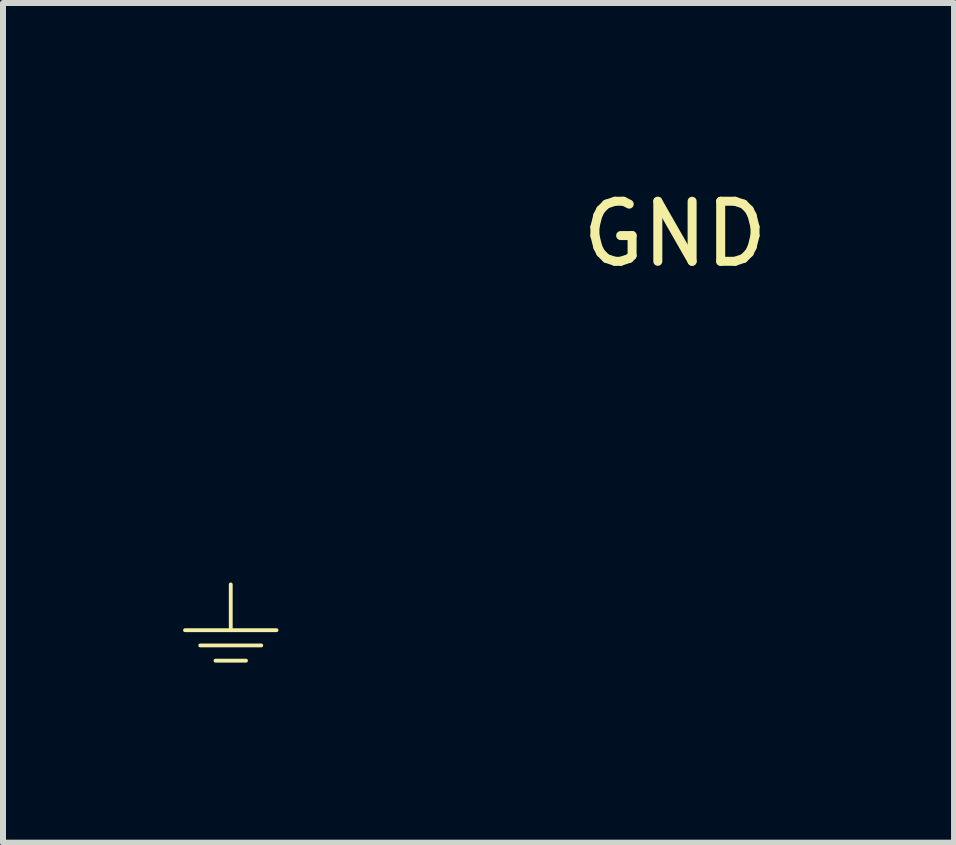
<source format=kicad_pcb>
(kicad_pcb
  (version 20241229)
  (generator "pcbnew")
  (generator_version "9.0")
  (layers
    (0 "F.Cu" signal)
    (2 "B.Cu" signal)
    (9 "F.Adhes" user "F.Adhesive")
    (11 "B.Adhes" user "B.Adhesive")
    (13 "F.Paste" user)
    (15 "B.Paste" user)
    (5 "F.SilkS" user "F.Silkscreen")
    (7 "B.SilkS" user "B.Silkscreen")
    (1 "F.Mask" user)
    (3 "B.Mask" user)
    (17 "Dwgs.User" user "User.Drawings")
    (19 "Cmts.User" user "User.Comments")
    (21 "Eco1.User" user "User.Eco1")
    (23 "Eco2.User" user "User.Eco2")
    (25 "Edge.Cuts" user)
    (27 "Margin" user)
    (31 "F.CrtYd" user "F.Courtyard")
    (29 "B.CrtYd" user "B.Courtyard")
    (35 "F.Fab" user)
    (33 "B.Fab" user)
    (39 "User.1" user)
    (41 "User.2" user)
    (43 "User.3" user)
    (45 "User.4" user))
  (footprint "GND"
    (layer "F.Cu")
    (at 0.794 7.448)
    (property "Reference" "GND" (at 7.4 -6.6 0) (layer "F.SilkS") (effects (font (size 1 1) (thickness 0.15))))
    (attr through_hole)
    (fp_line (start -0.762 0) (end 0.762 0) (stroke (width 0.064) (type solid)) (layer "F.SilkS"))
    (fp_line (start -0.508 0.254) (end 0.508 0.254) (stroke (width 0.064) (type solid)) (layer "F.SilkS"))
    (fp_line (start -0.254 0.508) (end 0.254 0.508) (stroke (width 0.064) (type solid)) (layer "F.SilkS"))
    (fp_line (start 0 0) (end 0 -0.762) (stroke (width 0.064) (type solid)) (layer "F.SilkS")))
  (gr_rect
    (start -3 -3)
    (end 12.843 10.988)
    (stroke (width 0.1) (type default))
    (fill no)
    (layer "Edge.Cuts")))
</source>
